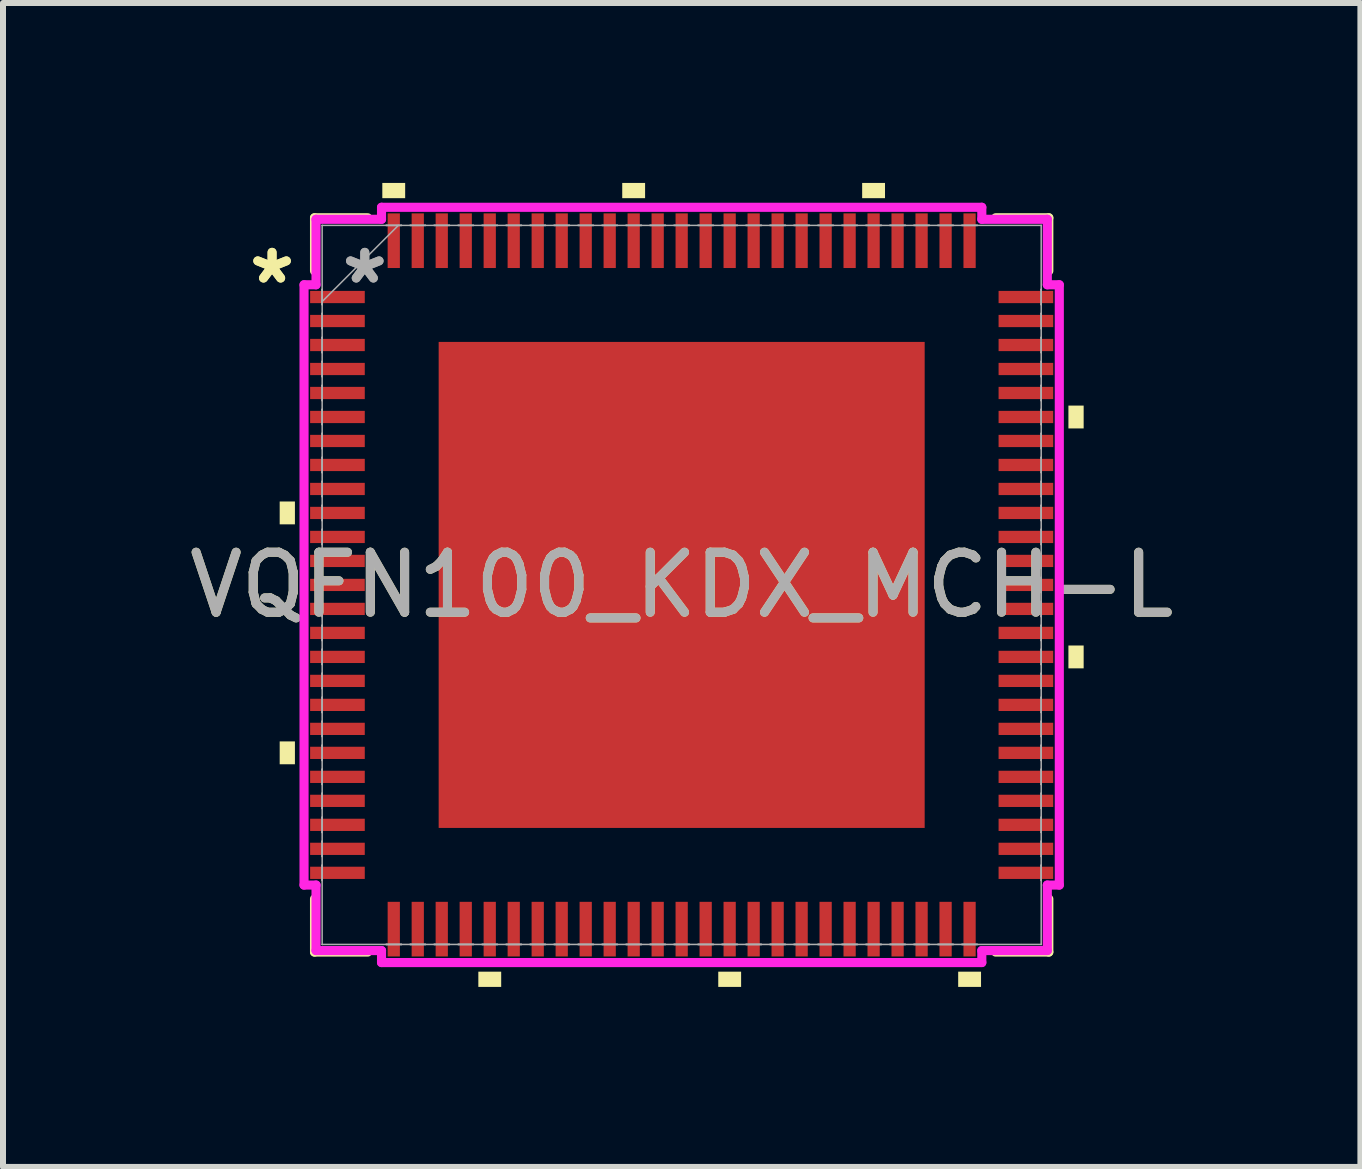
<source format=kicad_pcb>
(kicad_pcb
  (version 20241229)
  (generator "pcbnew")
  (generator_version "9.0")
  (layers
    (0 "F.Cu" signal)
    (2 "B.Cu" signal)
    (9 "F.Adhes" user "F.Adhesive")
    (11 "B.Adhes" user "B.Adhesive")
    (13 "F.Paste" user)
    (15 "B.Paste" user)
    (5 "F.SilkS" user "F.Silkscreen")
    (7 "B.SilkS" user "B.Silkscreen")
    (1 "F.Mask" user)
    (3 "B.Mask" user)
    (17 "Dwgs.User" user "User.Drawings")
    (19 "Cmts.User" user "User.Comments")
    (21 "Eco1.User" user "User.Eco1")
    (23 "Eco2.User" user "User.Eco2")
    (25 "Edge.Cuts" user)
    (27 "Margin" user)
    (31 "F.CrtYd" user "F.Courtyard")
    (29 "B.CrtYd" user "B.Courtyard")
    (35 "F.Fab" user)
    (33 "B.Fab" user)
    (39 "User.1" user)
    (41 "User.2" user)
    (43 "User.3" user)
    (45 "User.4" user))
  (footprint "VQFN100_KDX_MCH-L"
    (layer "F.Cu")
    (at 8.315 6.702)
    (property "Reference" "VQFN100_KDX_MCH-L" (at 0 0 0) (unlocked yes) (layer "F.SilkS") (effects (font (size 1 1) (thickness 0.15))))
    (attr smd)
    (fp_line (start -6.121 -6.121) (end -6.121 -5.235) (stroke (width 0.152) (type solid)) (layer "F.SilkS"))
    (fp_line (start -6.121 5.235) (end -6.121 6.121) (stroke (width 0.152) (type solid)) (layer "F.SilkS"))
    (fp_line (start -6.121 6.121) (end -5.235 6.121) (stroke (width 0.152) (type solid)) (layer "F.SilkS"))
    (fp_line (start -5.235 -6.121) (end -6.121 -6.121) (stroke (width 0.152) (type solid)) (layer "F.SilkS"))
    (fp_line (start 5.235 6.121) (end 6.121 6.121) (stroke (width 0.152) (type solid)) (layer "F.SilkS"))
    (fp_line (start 6.121 -6.121) (end 5.235 -6.121) (stroke (width 0.152) (type solid)) (layer "F.SilkS"))
    (fp_line (start 6.121 -5.235) (end 6.121 -6.121) (stroke (width 0.152) (type solid)) (layer "F.SilkS"))
    (fp_line (start 6.121 6.121) (end 6.121 5.235) (stroke (width 0.152) (type solid)) (layer "F.SilkS"))
    (fp_poly (pts (xy -6.702 -1.391) (xy -6.702 -1.01) (xy -6.448 -1.01) (xy -6.448 -1.391)) (stroke (width 0) (type solid)) (fill yes) (layer "F.SilkS"))
    (fp_poly (pts (xy -6.702 2.609) (xy -6.702 2.99) (xy -6.448 2.99) (xy -6.448 2.609)) (stroke (width 0) (type solid)) (fill yes) (layer "F.SilkS"))
    (fp_poly (pts (xy -4.991 -6.448) (xy -4.991 -6.702) (xy -4.61 -6.702) (xy -4.61 -6.448)) (stroke (width 0) (type solid)) (fill yes) (layer "F.SilkS"))
    (fp_poly (pts (xy -3.39 6.448) (xy -3.39 6.702) (xy -3.009 6.702) (xy -3.009 6.448)) (stroke (width 0) (type solid)) (fill yes) (layer "F.SilkS"))
    (fp_poly (pts (xy -0.991 -6.448) (xy -0.991 -6.702) (xy -0.61 -6.702) (xy -0.61 -6.448)) (stroke (width 0) (type solid)) (fill yes) (layer "F.SilkS"))
    (fp_poly (pts (xy 0.61 6.448) (xy 0.61 6.702) (xy 0.991 6.702) (xy 0.991 6.448)) (stroke (width 0) (type solid)) (fill yes) (layer "F.SilkS"))
    (fp_poly (pts (xy 3.009 -6.448) (xy 3.009 -6.702) (xy 3.39 -6.702) (xy 3.39 -6.448)) (stroke (width 0) (type solid)) (fill yes) (layer "F.SilkS"))
    (fp_poly (pts (xy 4.61 6.448) (xy 4.61 6.702) (xy 4.991 6.702) (xy 4.991 6.448)) (stroke (width 0) (type solid)) (fill yes) (layer "F.SilkS"))
    (fp_poly (pts (xy 6.702 -2.99) (xy 6.702 -2.609) (xy 6.448 -2.609) (xy 6.448 -2.99)) (stroke (width 0) (type solid)) (fill yes) (layer "F.SilkS"))
    (fp_poly (pts (xy 6.702 1.01) (xy 6.702 1.391) (xy 6.448 1.391) (xy 6.448 1.01)) (stroke (width 0) (type solid)) (fill yes) (layer "F.SilkS"))
    (fp_poly (pts (xy -3.951 -3.951) (xy -3.951 -2.801) (xy -2.801 -2.801) (xy -2.801 -3.951)) (stroke (width 0) (type solid)) (fill yes) (layer "F.Paste"))
    (fp_poly (pts (xy -3.951 -2.601) (xy -3.951 -1.45) (xy -2.801 -1.45) (xy -2.801 -2.601)) (stroke (width 0) (type solid)) (fill yes) (layer "F.Paste"))
    (fp_poly (pts (xy -3.951 -1.25) (xy -3.951 -0.1) (xy -2.801 -0.1) (xy -2.801 -1.25)) (stroke (width 0) (type solid)) (fill yes) (layer "F.Paste"))
    (fp_poly (pts (xy -3.951 0.1) (xy -3.951 1.25) (xy -2.801 1.25) (xy -2.801 0.1)) (stroke (width 0) (type solid)) (fill yes) (layer "F.Paste"))
    (fp_poly (pts (xy -3.951 1.45) (xy -3.951 2.601) (xy -2.801 2.601) (xy -2.801 1.45)) (stroke (width 0) (type solid)) (fill yes) (layer "F.Paste"))
    (fp_poly (pts (xy -3.951 2.801) (xy -3.951 3.951) (xy -2.801 3.951) (xy -2.801 2.801)) (stroke (width 0) (type solid)) (fill yes) (layer "F.Paste"))
    (fp_poly (pts (xy -2.601 -3.951) (xy -2.601 -2.801) (xy -1.45 -2.801) (xy -1.45 -3.951)) (stroke (width 0) (type solid)) (fill yes) (layer "F.Paste"))
    (fp_poly (pts (xy -2.601 -2.601) (xy -2.601 -1.45) (xy -1.45 -1.45) (xy -1.45 -2.601)) (stroke (width 0) (type solid)) (fill yes) (layer "F.Paste"))
    (fp_poly (pts (xy -2.601 -1.25) (xy -2.601 -0.1) (xy -1.45 -0.1) (xy -1.45 -1.25)) (stroke (width 0) (type solid)) (fill yes) (layer "F.Paste"))
    (fp_poly (pts (xy -2.601 0.1) (xy -2.601 1.25) (xy -1.45 1.25) (xy -1.45 0.1)) (stroke (width 0) (type solid)) (fill yes) (layer "F.Paste"))
    (fp_poly (pts (xy -2.601 1.45) (xy -2.601 2.601) (xy -1.45 2.601) (xy -1.45 1.45)) (stroke (width 0) (type solid)) (fill yes) (layer "F.Paste"))
    (fp_poly (pts (xy -2.601 2.801) (xy -2.601 3.951) (xy -1.45 3.951) (xy -1.45 2.801)) (stroke (width 0) (type solid)) (fill yes) (layer "F.Paste"))
    (fp_poly (pts (xy -1.25 -3.951) (xy -1.25 -2.801) (xy -0.1 -2.801) (xy -0.1 -3.951)) (stroke (width 0) (type solid)) (fill yes) (layer "F.Paste"))
    (fp_poly (pts (xy -1.25 -2.601) (xy -1.25 -1.45) (xy -0.1 -1.45) (xy -0.1 -2.601)) (stroke (width 0) (type solid)) (fill yes) (layer "F.Paste"))
    (fp_poly (pts (xy -1.25 -1.25) (xy -1.25 -0.1) (xy -0.1 -0.1) (xy -0.1 -1.25)) (stroke (width 0) (type solid)) (fill yes) (layer "F.Paste"))
    (fp_poly (pts (xy -1.25 0.1) (xy -1.25 1.25) (xy -0.1 1.25) (xy -0.1 0.1)) (stroke (width 0) (type solid)) (fill yes) (layer "F.Paste"))
    (fp_poly (pts (xy -1.25 1.45) (xy -1.25 2.601) (xy -0.1 2.601) (xy -0.1 1.45)) (stroke (width 0) (type solid)) (fill yes) (layer "F.Paste"))
    (fp_poly (pts (xy -1.25 2.801) (xy -1.25 3.951) (xy -0.1 3.951) (xy -0.1 2.801)) (stroke (width 0) (type solid)) (fill yes) (layer "F.Paste"))
    (fp_poly (pts (xy 0.1 -3.951) (xy 0.1 -2.801) (xy 1.25 -2.801) (xy 1.25 -3.951)) (stroke (width 0) (type solid)) (fill yes) (layer "F.Paste"))
    (fp_poly (pts (xy 0.1 -2.601) (xy 0.1 -1.45) (xy 1.25 -1.45) (xy 1.25 -2.601)) (stroke (width 0) (type solid)) (fill yes) (layer "F.Paste"))
    (fp_poly (pts (xy 0.1 -1.25) (xy 0.1 -0.1) (xy 1.25 -0.1) (xy 1.25 -1.25)) (stroke (width 0) (type solid)) (fill yes) (layer "F.Paste"))
    (fp_poly (pts (xy 0.1 0.1) (xy 0.1 1.25) (xy 1.25 1.25) (xy 1.25 0.1)) (stroke (width 0) (type solid)) (fill yes) (layer "F.Paste"))
    (fp_poly (pts (xy 0.1 1.45) (xy 0.1 2.601) (xy 1.25 2.601) (xy 1.25 1.45)) (stroke (width 0) (type solid)) (fill yes) (layer "F.Paste"))
    (fp_poly (pts (xy 0.1 2.801) (xy 0.1 3.951) (xy 1.25 3.951) (xy 1.25 2.801)) (stroke (width 0) (type solid)) (fill yes) (layer "F.Paste"))
    (fp_poly (pts (xy 1.45 -3.951) (xy 1.45 -2.801) (xy 2.601 -2.801) (xy 2.601 -3.951)) (stroke (width 0) (type solid)) (fill yes) (layer "F.Paste"))
    (fp_poly (pts (xy 1.45 -2.601) (xy 1.45 -1.45) (xy 2.601 -1.45) (xy 2.601 -2.601)) (stroke (width 0) (type solid)) (fill yes) (layer "F.Paste"))
    (fp_poly (pts (xy 1.45 -1.25) (xy 1.45 -0.1) (xy 2.601 -0.1) (xy 2.601 -1.25)) (stroke (width 0) (type solid)) (fill yes) (layer "F.Paste"))
    (fp_poly (pts (xy 1.45 0.1) (xy 1.45 1.25) (xy 2.601 1.25) (xy 2.601 0.1)) (stroke (width 0) (type solid)) (fill yes) (layer "F.Paste"))
    (fp_poly (pts (xy 1.45 1.45) (xy 1.45 2.601) (xy 2.601 2.601) (xy 2.601 1.45)) (stroke (width 0) (type solid)) (fill yes) (layer "F.Paste"))
    (fp_poly (pts (xy 1.45 2.801) (xy 1.45 3.951) (xy 2.601 3.951) (xy 2.601 2.801)) (stroke (width 0) (type solid)) (fill yes) (layer "F.Paste"))
    (fp_poly (pts (xy 2.801 -3.951) (xy 2.801 -2.801) (xy 3.951 -2.801) (xy 3.951 -3.951)) (stroke (width 0) (type solid)) (fill yes) (layer "F.Paste"))
    (fp_poly (pts (xy 2.801 -2.601) (xy 2.801 -1.45) (xy 3.951 -1.45) (xy 3.951 -2.601)) (stroke (width 0) (type solid)) (fill yes) (layer "F.Paste"))
    (fp_poly (pts (xy 2.801 -1.25) (xy 2.801 -0.1) (xy 3.951 -0.1) (xy 3.951 -1.25)) (stroke (width 0) (type solid)) (fill yes) (layer "F.Paste"))
    (fp_poly (pts (xy 2.801 0.1) (xy 2.801 1.25) (xy 3.951 1.25) (xy 3.951 0.1)) (stroke (width 0) (type solid)) (fill yes) (layer "F.Paste"))
    (fp_poly (pts (xy 2.801 1.45) (xy 2.801 2.601) (xy 3.951 2.601) (xy 3.951 1.45)) (stroke (width 0) (type solid)) (fill yes) (layer "F.Paste"))
    (fp_poly (pts (xy 2.801 2.801) (xy 2.801 3.951) (xy 3.951 3.951) (xy 3.951 2.801)) (stroke (width 0) (type solid)) (fill yes) (layer "F.Paste"))
    (fp_line (start -6.296 -5.004) (end -6.096 -5.004) (stroke (width 0.152) (type solid)) (layer "F.CrtYd"))
    (fp_line (start -6.296 5.004) (end -6.296 -5.004) (stroke (width 0.152) (type solid)) (layer "F.CrtYd"))
    (fp_line (start -6.096 -6.096) (end -5.004 -6.096) (stroke (width 0.152) (type solid)) (layer "F.CrtYd"))
    (fp_line (start -6.096 -5.004) (end -6.096 -6.096) (stroke (width 0.152) (type solid)) (layer "F.CrtYd"))
    (fp_line (start -6.096 5.004) (end -6.296 5.004) (stroke (width 0.152) (type solid)) (layer "F.CrtYd"))
    (fp_line (start -6.096 6.096) (end -6.096 5.004) (stroke (width 0.152) (type solid)) (layer "F.CrtYd"))
    (fp_line (start -5.004 -6.296) (end 5.004 -6.296) (stroke (width 0.152) (type solid)) (layer "F.CrtYd"))
    (fp_line (start -5.004 -6.096) (end -5.004 -6.296) (stroke (width 0.152) (type solid)) (layer "F.CrtYd"))
    (fp_line (start -5.004 6.096) (end -6.096 6.096) (stroke (width 0.152) (type solid)) (layer "F.CrtYd"))
    (fp_line (start -5.004 6.296) (end -5.004 6.096) (stroke (width 0.152) (type solid)) (layer "F.CrtYd"))
    (fp_line (start 5.004 -6.296) (end 5.004 -6.096) (stroke (width 0.152) (type solid)) (layer "F.CrtYd"))
    (fp_line (start 5.004 -6.096) (end 6.096 -6.096) (stroke (width 0.152) (type solid)) (layer "F.CrtYd"))
    (fp_line (start 5.004 6.096) (end 5.004 6.296) (stroke (width 0.152) (type solid)) (layer "F.CrtYd"))
    (fp_line (start 5.004 6.296) (end -5.004 6.296) (stroke (width 0.152) (type solid)) (layer "F.CrtYd"))
    (fp_line (start 6.096 -6.096) (end 6.096 -5.004) (stroke (width 0.152) (type solid)) (layer "F.CrtYd"))
    (fp_line (start 6.096 -5.004) (end 6.296 -5.004) (stroke (width 0.152) (type solid)) (layer "F.CrtYd"))
    (fp_line (start 6.096 5.004) (end 6.096 6.096) (stroke (width 0.152) (type solid)) (layer "F.CrtYd"))
    (fp_line (start 6.096 6.096) (end 5.004 6.096) (stroke (width 0.152) (type solid)) (layer "F.CrtYd"))
    (fp_line (start 6.296 -5.004) (end 6.296 5.004) (stroke (width 0.152) (type solid)) (layer "F.CrtYd"))
    (fp_line (start 6.296 5.004) (end 6.096 5.004) (stroke (width 0.152) (type solid)) (layer "F.CrtYd"))
    (fp_line (start -5.994 -5.994) (end -5.994 -5.994) (stroke (width 0.025) (type solid)) (layer "F.Fab"))
    (fp_line (start -5.994 -5.994) (end -5.994 5.994) (stroke (width 0.025) (type solid)) (layer "F.Fab"))
    (fp_line (start -5.994 -4.927) (end -5.994 -4.927) (stroke (width 0.025) (type solid)) (layer "F.Fab"))
    (fp_line (start -5.994 -4.927) (end -5.994 -4.673) (stroke (width 0.025) (type solid)) (layer "F.Fab"))
    (fp_line (start -5.994 -4.724) (end -4.724 -5.994) (stroke (width 0.025) (type solid)) (layer "F.Fab"))
    (fp_line (start -5.994 -4.673) (end -5.994 -4.927) (stroke (width 0.025) (type solid)) (layer "F.Fab"))
    (fp_line (start -5.994 -4.673) (end -5.994 -4.673) (stroke (width 0.025) (type solid)) (layer "F.Fab"))
    (fp_line (start -5.994 -4.527) (end -5.994 -4.527) (stroke (width 0.025) (type solid)) (layer "F.Fab"))
    (fp_line (start -5.994 -4.527) (end -5.994 -4.273) (stroke (width 0.025) (type solid)) (layer "F.Fab"))
    (fp_line (start -5.994 -4.273) (end -5.994 -4.527) (stroke (width 0.025) (type solid)) (layer "F.Fab"))
    (fp_line (start -5.994 -4.273) (end -5.994 -4.273) (stroke (width 0.025) (type solid)) (layer "F.Fab"))
    (fp_line (start -5.994 -4.127) (end -5.994 -4.127) (stroke (width 0.025) (type solid)) (layer "F.Fab"))
    (fp_line (start -5.994 -4.127) (end -5.994 -3.873) (stroke (width 0.025) (type solid)) (layer "F.Fab"))
    (fp_line (start -5.994 -3.873) (end -5.994 -4.127) (stroke (width 0.025) (type solid)) (layer "F.Fab"))
    (fp_line (start -5.994 -3.873) (end -5.994 -3.873) (stroke (width 0.025) (type solid)) (layer "F.Fab"))
    (fp_line (start -5.994 -3.727) (end -5.994 -3.727) (stroke (width 0.025) (type solid)) (layer "F.Fab"))
    (fp_line (start -5.994 -3.727) (end -5.994 -3.473) (stroke (width 0.025) (type solid)) (layer "F.Fab"))
    (fp_line (start -5.994 -3.473) (end -5.994 -3.727) (stroke (width 0.025) (type solid)) (layer "F.Fab"))
    (fp_line (start -5.994 -3.473) (end -5.994 -3.473) (stroke (width 0.025) (type solid)) (layer "F.Fab"))
    (fp_line (start -5.994 -3.327) (end -5.994 -3.327) (stroke (width 0.025) (type solid)) (layer "F.Fab"))
    (fp_line (start -5.994 -3.327) (end -5.994 -3.073) (stroke (width 0.025) (type solid)) (layer "F.Fab"))
    (fp_line (start -5.994 -3.073) (end -5.994 -3.327) (stroke (width 0.025) (type solid)) (layer "F.Fab"))
    (fp_line (start -5.994 -3.073) (end -5.994 -3.073) (stroke (width 0.025) (type solid)) (layer "F.Fab"))
    (fp_line (start -5.994 -2.927) (end -5.994 -2.927) (stroke (width 0.025) (type solid)) (layer "F.Fab"))
    (fp_line (start -5.994 -2.927) (end -5.994 -2.673) (stroke (width 0.025) (type solid)) (layer "F.Fab"))
    (fp_line (start -5.994 -2.673) (end -5.994 -2.927) (stroke (width 0.025) (type solid)) (layer "F.Fab"))
    (fp_line (start -5.994 -2.673) (end -5.994 -2.673) (stroke (width 0.025) (type solid)) (layer "F.Fab"))
    (fp_line (start -5.994 -2.527) (end -5.994 -2.527) (stroke (width 0.025) (type solid)) (layer "F.Fab"))
    (fp_line (start -5.994 -2.527) (end -5.994 -2.273) (stroke (width 0.025) (type solid)) (layer "F.Fab"))
    (fp_line (start -5.994 -2.273) (end -5.994 -2.527) (stroke (width 0.025) (type solid)) (layer "F.Fab"))
    (fp_line (start -5.994 -2.273) (end -5.994 -2.273) (stroke (width 0.025) (type solid)) (layer "F.Fab"))
    (fp_line (start -5.994 -2.127) (end -5.994 -2.127) (stroke (width 0.025) (type solid)) (layer "F.Fab"))
    (fp_line (start -5.994 -2.127) (end -5.994 -1.873) (stroke (width 0.025) (type solid)) (layer "F.Fab"))
    (fp_line (start -5.994 -1.873) (end -5.994 -2.127) (stroke (width 0.025) (type solid)) (layer "F.Fab"))
    (fp_line (start -5.994 -1.873) (end -5.994 -1.873) (stroke (width 0.025) (type solid)) (layer "F.Fab"))
    (fp_line (start -5.994 -1.727) (end -5.994 -1.727) (stroke (width 0.025) (type solid)) (layer "F.Fab"))
    (fp_line (start -5.994 -1.727) (end -5.994 -1.473) (stroke (width 0.025) (type solid)) (layer "F.Fab"))
    (fp_line (start -5.994 -1.473) (end -5.994 -1.727) (stroke (width 0.025) (type solid)) (layer "F.Fab"))
    (fp_line (start -5.994 -1.473) (end -5.994 -1.473) (stroke (width 0.025) (type solid)) (layer "F.Fab"))
    (fp_line (start -5.994 -1.327) (end -5.994 -1.327) (stroke (width 0.025) (type solid)) (layer "F.Fab"))
    (fp_line (start -5.994 -1.327) (end -5.994 -1.073) (stroke (width 0.025) (type solid)) (layer "F.Fab"))
    (fp_line (start -5.994 -1.073) (end -5.994 -1.327) (stroke (width 0.025) (type solid)) (layer "F.Fab"))
    (fp_line (start -5.994 -1.073) (end -5.994 -1.073) (stroke (width 0.025) (type solid)) (layer "F.Fab"))
    (fp_line (start -5.994 -0.927) (end -5.994 -0.927) (stroke (width 0.025) (type solid)) (layer "F.Fab"))
    (fp_line (start -5.994 -0.927) (end -5.994 -0.673) (stroke (width 0.025) (type solid)) (layer "F.Fab"))
    (fp_line (start -5.994 -0.673) (end -5.994 -0.927) (stroke (width 0.025) (type solid)) (layer "F.Fab"))
    (fp_line (start -5.994 -0.673) (end -5.994 -0.673) (stroke (width 0.025) (type solid)) (layer "F.Fab"))
    (fp_line (start -5.994 -0.527) (end -5.994 -0.527) (stroke (width 0.025) (type solid)) (layer "F.Fab"))
    (fp_line (start -5.994 -0.527) (end -5.994 -0.273) (stroke (width 0.025) (type solid)) (layer "F.Fab"))
    (fp_line (start -5.994 -0.273) (end -5.994 -0.527) (stroke (width 0.025) (type solid)) (layer "F.Fab"))
    (fp_line (start -5.994 -0.273) (end -5.994 -0.273) (stroke (width 0.025) (type solid)) (layer "F.Fab"))
    (fp_line (start -5.994 -0.127) (end -5.994 -0.127) (stroke (width 0.025) (type solid)) (layer "F.Fab"))
    (fp_line (start -5.994 -0.127) (end -5.994 0.127) (stroke (width 0.025) (type solid)) (layer "F.Fab"))
    (fp_line (start -5.994 0.127) (end -5.994 -0.127) (stroke (width 0.025) (type solid)) (layer "F.Fab"))
    (fp_line (start -5.994 0.127) (end -5.994 0.127) (stroke (width 0.025) (type solid)) (layer "F.Fab"))
    (fp_line (start -5.994 0.273) (end -5.994 0.273) (stroke (width 0.025) (type solid)) (layer "F.Fab"))
    (fp_line (start -5.994 0.273) (end -5.994 0.527) (stroke (width 0.025) (type solid)) (layer "F.Fab"))
    (fp_line (start -5.994 0.527) (end -5.994 0.273) (stroke (width 0.025) (type solid)) (layer "F.Fab"))
    (fp_line (start -5.994 0.527) (end -5.994 0.527) (stroke (width 0.025) (type solid)) (layer "F.Fab"))
    (fp_line (start -5.994 0.673) (end -5.994 0.673) (stroke (width 0.025) (type solid)) (layer "F.Fab"))
    (fp_line (start -5.994 0.673) (end -5.994 0.927) (stroke (width 0.025) (type solid)) (layer "F.Fab"))
    (fp_line (start -5.994 0.927) (end -5.994 0.673) (stroke (width 0.025) (type solid)) (layer "F.Fab"))
    (fp_line (start -5.994 0.927) (end -5.994 0.927) (stroke (width 0.025) (type solid)) (layer "F.Fab"))
    (fp_line (start -5.994 1.073) (end -5.994 1.073) (stroke (width 0.025) (type solid)) (layer "F.Fab"))
    (fp_line (start -5.994 1.073) (end -5.994 1.327) (stroke (width 0.025) (type solid)) (layer "F.Fab"))
    (fp_line (start -5.994 1.327) (end -5.994 1.073) (stroke (width 0.025) (type solid)) (layer "F.Fab"))
    (fp_line (start -5.994 1.327) (end -5.994 1.327) (stroke (width 0.025) (type solid)) (layer "F.Fab"))
    (fp_line (start -5.994 1.473) (end -5.994 1.473) (stroke (width 0.025) (type solid)) (layer "F.Fab"))
    (fp_line (start -5.994 1.473) (end -5.994 1.727) (stroke (width 0.025) (type solid)) (layer "F.Fab"))
    (fp_line (start -5.994 1.727) (end -5.994 1.473) (stroke (width 0.025) (type solid)) (layer "F.Fab"))
    (fp_line (start -5.994 1.727) (end -5.994 1.727) (stroke (width 0.025) (type solid)) (layer "F.Fab"))
    (fp_line (start -5.994 1.873) (end -5.994 1.873) (stroke (width 0.025) (type solid)) (layer "F.Fab"))
    (fp_line (start -5.994 1.873) (end -5.994 2.127) (stroke (width 0.025) (type solid)) (layer "F.Fab"))
    (fp_line (start -5.994 2.127) (end -5.994 1.873) (stroke (width 0.025) (type solid)) (layer "F.Fab"))
    (fp_line (start -5.994 2.127) (end -5.994 2.127) (stroke (width 0.025) (type solid)) (layer "F.Fab"))
    (fp_line (start -5.994 2.273) (end -5.994 2.273) (stroke (width 0.025) (type solid)) (layer "F.Fab"))
    (fp_line (start -5.994 2.273) (end -5.994 2.527) (stroke (width 0.025) (type solid)) (layer "F.Fab"))
    (fp_line (start -5.994 2.527) (end -5.994 2.273) (stroke (width 0.025) (type solid)) (layer "F.Fab"))
    (fp_line (start -5.994 2.527) (end -5.994 2.527) (stroke (width 0.025) (type solid)) (layer "F.Fab"))
    (fp_line (start -5.994 2.673) (end -5.994 2.673) (stroke (width 0.025) (type solid)) (layer "F.Fab"))
    (fp_line (start -5.994 2.673) (end -5.994 2.927) (stroke (width 0.025) (type solid)) (layer "F.Fab"))
    (fp_line (start -5.994 2.927) (end -5.994 2.673) (stroke (width 0.025) (type solid)) (layer "F.Fab"))
    (fp_line (start -5.994 2.927) (end -5.994 2.927) (stroke (width 0.025) (type solid)) (layer "F.Fab"))
    (fp_line (start -5.994 3.073) (end -5.994 3.073) (stroke (width 0.025) (type solid)) (layer "F.Fab"))
    (fp_line (start -5.994 3.073) (end -5.994 3.327) (stroke (width 0.025) (type solid)) (layer "F.Fab"))
    (fp_line (start -5.994 3.327) (end -5.994 3.073) (stroke (width 0.025) (type solid)) (layer "F.Fab"))
    (fp_line (start -5.994 3.327) (end -5.994 3.327) (stroke (width 0.025) (type solid)) (layer "F.Fab"))
    (fp_line (start -5.994 3.473) (end -5.994 3.473) (stroke (width 0.025) (type solid)) (layer "F.Fab"))
    (fp_line (start -5.994 3.473) (end -5.994 3.727) (stroke (width 0.025) (type solid)) (layer "F.Fab"))
    (fp_line (start -5.994 3.727) (end -5.994 3.473) (stroke (width 0.025) (type solid)) (layer "F.Fab"))
    (fp_line (start -5.994 3.727) (end -5.994 3.727) (stroke (width 0.025) (type solid)) (layer "F.Fab"))
    (fp_line (start -5.994 3.873) (end -5.994 3.873) (stroke (width 0.025) (type solid)) (layer "F.Fab"))
    (fp_line (start -5.994 3.873) (end -5.994 4.127) (stroke (width 0.025) (type solid)) (layer "F.Fab"))
    (fp_line (start -5.994 4.127) (end -5.994 3.873) (stroke (width 0.025) (type solid)) (layer "F.Fab"))
    (fp_line (start -5.994 4.127) (end -5.994 4.127) (stroke (width 0.025) (type solid)) (layer "F.Fab"))
    (fp_line (start -5.994 4.273) (end -5.994 4.273) (stroke (width 0.025) (type solid)) (layer "F.Fab"))
    (fp_line (start -5.994 4.273) (end -5.994 4.527) (stroke (width 0.025) (type solid)) (layer "F.Fab"))
    (fp_line (start -5.994 4.527) (end -5.994 4.273) (stroke (width 0.025) (type solid)) (layer "F.Fab"))
    (fp_line (start -5.994 4.527) (end -5.994 4.527) (stroke (width 0.025) (type solid)) (layer "F.Fab"))
    (fp_line (start -5.994 4.673) (end -5.994 4.673) (stroke (width 0.025) (type solid)) (layer "F.Fab"))
    (fp_line (start -5.994 4.673) (end -5.994 4.927) (stroke (width 0.025) (type solid)) (layer "F.Fab"))
    (fp_line (start -5.994 4.927) (end -5.994 4.673) (stroke (width 0.025) (type solid)) (layer "F.Fab"))
    (fp_line (start -5.994 4.927) (end -5.994 4.927) (stroke (width 0.025) (type solid)) (layer "F.Fab"))
    (fp_line (start -5.994 5.994) (end -5.994 5.994) (stroke (width 0.025) (type solid)) (layer "F.Fab"))
    (fp_line (start -5.994 5.994) (end 5.994 5.994) (stroke (width 0.025) (type solid)) (layer "F.Fab"))
    (fp_line (start -4.927 5.994) (end -4.927 5.994) (stroke (width 0.025) (type solid)) (layer "F.Fab"))
    (fp_line (start -4.927 5.994) (end -4.673 5.994) (stroke (width 0.025) (type solid)) (layer "F.Fab"))
    (fp_line (start -4.927 -5.994) (end -4.927 -5.994) (stroke (width 0.025) (type solid)) (layer "F.Fab"))
    (fp_line (start -4.927 -5.994) (end -4.673 -5.994) (stroke (width 0.025) (type solid)) (layer "F.Fab"))
    (fp_line (start -4.673 5.994) (end -4.927 5.994) (stroke (width 0.025) (type solid)) (layer "F.Fab"))
    (fp_line (start -4.673 5.994) (end -4.673 5.994) (stroke (width 0.025) (type solid)) (layer "F.Fab"))
    (fp_line (start -4.673 -5.994) (end -4.927 -5.994) (stroke (width 0.025) (type solid)) (layer "F.Fab"))
    (fp_line (start -4.673 -5.994) (end -4.673 -5.994) (stroke (width 0.025) (type solid)) (layer "F.Fab"))
    (fp_line (start -4.527 5.994) (end -4.527 5.994) (stroke (width 0.025) (type solid)) (layer "F.Fab"))
    (fp_line (start -4.527 5.994) (end -4.273 5.994) (stroke (width 0.025) (type solid)) (layer "F.Fab"))
    (fp_line (start -4.527 -5.994) (end -4.527 -5.994) (stroke (width 0.025) (type solid)) (layer "F.Fab"))
    (fp_line (start -4.527 -5.994) (end -4.273 -5.994) (stroke (width 0.025) (type solid)) (layer "F.Fab"))
    (fp_line (start -4.273 5.994) (end -4.527 5.994) (stroke (width 0.025) (type solid)) (layer "F.Fab"))
    (fp_line (start -4.273 5.994) (end -4.273 5.994) (stroke (width 0.025) (type solid)) (layer "F.Fab"))
    (fp_line (start -4.273 -5.994) (end -4.527 -5.994) (stroke (width 0.025) (type solid)) (layer "F.Fab"))
    (fp_line (start -4.273 -5.994) (end -4.273 -5.994) (stroke (width 0.025) (type solid)) (layer "F.Fab"))
    (fp_line (start -4.127 5.994) (end -4.127 5.994) (stroke (width 0.025) (type solid)) (layer "F.Fab"))
    (fp_line (start -4.127 5.994) (end -3.873 5.994) (stroke (width 0.025) (type solid)) (layer "F.Fab"))
    (fp_line (start -4.127 -5.994) (end -4.127 -5.994) (stroke (width 0.025) (type solid)) (layer "F.Fab"))
    (fp_line (start -4.127 -5.994) (end -3.873 -5.994) (stroke (width 0.025) (type solid)) (layer "F.Fab"))
    (fp_line (start -3.873 5.994) (end -4.127 5.994) (stroke (width 0.025) (type solid)) (layer "F.Fab"))
    (fp_line (start -3.873 5.994) (end -3.873 5.994) (stroke (width 0.025) (type solid)) (layer "F.Fab"))
    (fp_line (start -3.873 -5.994) (end -4.127 -5.994) (stroke (width 0.025) (type solid)) (layer "F.Fab"))
    (fp_line (start -3.873 -5.994) (end -3.873 -5.994) (stroke (width 0.025) (type solid)) (layer "F.Fab"))
    (fp_line (start -3.727 5.994) (end -3.727 5.994) (stroke (width 0.025) (type solid)) (layer "F.Fab"))
    (fp_line (start -3.727 5.994) (end -3.473 5.994) (stroke (width 0.025) (type solid)) (layer "F.Fab"))
    (fp_line (start -3.727 -5.994) (end -3.727 -5.994) (stroke (width 0.025) (type solid)) (layer "F.Fab"))
    (fp_line (start -3.727 -5.994) (end -3.473 -5.994) (stroke (width 0.025) (type solid)) (layer "F.Fab"))
    (fp_line (start -3.473 5.994) (end -3.727 5.994) (stroke (width 0.025) (type solid)) (layer "F.Fab"))
    (fp_line (start -3.473 5.994) (end -3.473 5.994) (stroke (width 0.025) (type solid)) (layer "F.Fab"))
    (fp_line (start -3.473 -5.994) (end -3.727 -5.994) (stroke (width 0.025) (type solid)) (layer "F.Fab"))
    (fp_line (start -3.473 -5.994) (end -3.473 -5.994) (stroke (width 0.025) (type solid)) (layer "F.Fab"))
    (fp_line (start -3.327 5.994) (end -3.327 5.994) (stroke (width 0.025) (type solid)) (layer "F.Fab"))
    (fp_line (start -3.327 5.994) (end -3.073 5.994) (stroke (width 0.025) (type solid)) (layer "F.Fab"))
    (fp_line (start -3.327 -5.994) (end -3.327 -5.994) (stroke (width 0.025) (type solid)) (layer "F.Fab"))
    (fp_line (start -3.327 -5.994) (end -3.073 -5.994) (stroke (width 0.025) (type solid)) (layer "F.Fab"))
    (fp_line (start -3.073 5.994) (end -3.327 5.994) (stroke (width 0.025) (type solid)) (layer "F.Fab"))
    (fp_line (start -3.073 5.994) (end -3.073 5.994) (stroke (width 0.025) (type solid)) (layer "F.Fab"))
    (fp_line (start -3.073 -5.994) (end -3.327 -5.994) (stroke (width 0.025) (type solid)) (layer "F.Fab"))
    (fp_line (start -3.073 -5.994) (end -3.073 -5.994) (stroke (width 0.025) (type solid)) (layer "F.Fab"))
    (fp_line (start -2.927 5.994) (end -2.927 5.994) (stroke (width 0.025) (type solid)) (layer "F.Fab"))
    (fp_line (start -2.927 5.994) (end -2.673 5.994) (stroke (width 0.025) (type solid)) (layer "F.Fab"))
    (fp_line (start -2.927 -5.994) (end -2.927 -5.994) (stroke (width 0.025) (type solid)) (layer "F.Fab"))
    (fp_line (start -2.927 -5.994) (end -2.673 -5.994) (stroke (width 0.025) (type solid)) (layer "F.Fab"))
    (fp_line (start -2.673 5.994) (end -2.927 5.994) (stroke (width 0.025) (type solid)) (layer "F.Fab"))
    (fp_line (start -2.673 5.994) (end -2.673 5.994) (stroke (width 0.025) (type solid)) (layer "F.Fab"))
    (fp_line (start -2.673 -5.994) (end -2.927 -5.994) (stroke (width 0.025) (type solid)) (layer "F.Fab"))
    (fp_line (start -2.673 -5.994) (end -2.673 -5.994) (stroke (width 0.025) (type solid)) (layer "F.Fab"))
    (fp_line (start -2.527 -5.994) (end -2.527 -5.994) (stroke (width 0.025) (type solid)) (layer "F.Fab"))
    (fp_line (start -2.527 -5.994) (end -2.273 -5.994) (stroke (width 0.025) (type solid)) (layer "F.Fab"))
    (fp_line (start -2.527 5.994) (end -2.527 5.994) (stroke (width 0.025) (type solid)) (layer "F.Fab"))
    (fp_line (start -2.527 5.994) (end -2.273 5.994) (stroke (width 0.025) (type solid)) (layer "F.Fab"))
    (fp_line (start -2.273 -5.994) (end -2.527 -5.994) (stroke (width 0.025) (type solid)) (layer "F.Fab"))
    (fp_line (start -2.273 -5.994) (end -2.273 -5.994) (stroke (width 0.025) (type solid)) (layer "F.Fab"))
    (fp_line (start -2.273 5.994) (end -2.527 5.994) (stroke (width 0.025) (type solid)) (layer "F.Fab"))
    (fp_line (start -2.273 5.994) (end -2.273 5.994) (stroke (width 0.025) (type solid)) (layer "F.Fab"))
    (fp_line (start -2.127 -5.994) (end -2.127 -5.994) (stroke (width 0.025) (type solid)) (layer "F.Fab"))
    (fp_line (start -2.127 -5.994) (end -1.873 -5.994) (stroke (width 0.025) (type solid)) (layer "F.Fab"))
    (fp_line (start -2.127 5.994) (end -2.127 5.994) (stroke (width 0.025) (type solid)) (layer "F.Fab"))
    (fp_line (start -2.127 5.994) (end -1.873 5.994) (stroke (width 0.025) (type solid)) (layer "F.Fab"))
    (fp_line (start -1.873 -5.994) (end -2.127 -5.994) (stroke (width 0.025) (type solid)) (layer "F.Fab"))
    (fp_line (start -1.873 -5.994) (end -1.873 -5.994) (stroke (width 0.025) (type solid)) (layer "F.Fab"))
    (fp_line (start -1.873 5.994) (end -2.127 5.994) (stroke (width 0.025) (type solid)) (layer "F.Fab"))
    (fp_line (start -1.873 5.994) (end -1.873 5.994) (stroke (width 0.025) (type solid)) (layer "F.Fab"))
    (fp_line (start -1.727 -5.994) (end -1.727 -5.994) (stroke (width 0.025) (type solid)) (layer "F.Fab"))
    (fp_line (start -1.727 -5.994) (end -1.473 -5.994) (stroke (width 0.025) (type solid)) (layer "F.Fab"))
    (fp_line (start -1.727 5.994) (end -1.727 5.994) (stroke (width 0.025) (type solid)) (layer "F.Fab"))
    (fp_line (start -1.727 5.994) (end -1.473 5.994) (stroke (width 0.025) (type solid)) (layer "F.Fab"))
    (fp_line (start -1.473 -5.994) (end -1.727 -5.994) (stroke (width 0.025) (type solid)) (layer "F.Fab"))
    (fp_line (start -1.473 -5.994) (end -1.473 -5.994) (stroke (width 0.025) (type solid)) (layer "F.Fab"))
    (fp_line (start -1.473 5.994) (end -1.727 5.994) (stroke (width 0.025) (type solid)) (layer "F.Fab"))
    (fp_line (start -1.473 5.994) (end -1.473 5.994) (stroke (width 0.025) (type solid)) (layer "F.Fab"))
    (fp_line (start -1.327 -5.994) (end -1.327 -5.994) (stroke (width 0.025) (type solid)) (layer "F.Fab"))
    (fp_line (start -1.327 -5.994) (end -1.073 -5.994) (stroke (width 0.025) (type solid)) (layer "F.Fab"))
    (fp_line (start -1.327 5.994) (end -1.327 5.994) (stroke (width 0.025) (type solid)) (layer "F.Fab"))
    (fp_line (start -1.327 5.994) (end -1.073 5.994) (stroke (width 0.025) (type solid)) (layer "F.Fab"))
    (fp_line (start -1.073 -5.994) (end -1.327 -5.994) (stroke (width 0.025) (type solid)) (layer "F.Fab"))
    (fp_line (start -1.073 -5.994) (end -1.073 -5.994) (stroke (width 0.025) (type solid)) (layer "F.Fab"))
    (fp_line (start -1.073 5.994) (end -1.327 5.994) (stroke (width 0.025) (type solid)) (layer "F.Fab"))
    (fp_line (start -1.073 5.994) (end -1.073 5.994) (stroke (width 0.025) (type solid)) (layer "F.Fab"))
    (fp_line (start -0.927 -5.994) (end -0.927 -5.994) (stroke (width 0.025) (type solid)) (layer "F.Fab"))
    (fp_line (start -0.927 -5.994) (end -0.673 -5.994) (stroke (width 0.025) (type solid)) (layer "F.Fab"))
    (fp_line (start -0.927 5.994) (end -0.927 5.994) (stroke (width 0.025) (type solid)) (layer "F.Fab"))
    (fp_line (start -0.927 5.994) (end -0.673 5.994) (stroke (width 0.025) (type solid)) (layer "F.Fab"))
    (fp_line (start -0.673 -5.994) (end -0.927 -5.994) (stroke (width 0.025) (type solid)) (layer "F.Fab"))
    (fp_line (start -0.673 -5.994) (end -0.673 -5.994) (stroke (width 0.025) (type solid)) (layer "F.Fab"))
    (fp_line (start -0.673 5.994) (end -0.927 5.994) (stroke (width 0.025) (type solid)) (layer "F.Fab"))
    (fp_line (start -0.673 5.994) (end -0.673 5.994) (stroke (width 0.025) (type solid)) (layer "F.Fab"))
    (fp_line (start -0.527 -5.994) (end -0.527 -5.994) (stroke (width 0.025) (type solid)) (layer "F.Fab"))
    (fp_line (start -0.527 -5.994) (end -0.273 -5.994) (stroke (width 0.025) (type solid)) (layer "F.Fab"))
    (fp_line (start -0.527 5.994) (end -0.527 5.994) (stroke (width 0.025) (type solid)) (layer "F.Fab"))
    (fp_line (start -0.527 5.994) (end -0.273 5.994) (stroke (width 0.025) (type solid)) (layer "F.Fab"))
    (fp_line (start -0.273 -5.994) (end -0.527 -5.994) (stroke (width 0.025) (type solid)) (layer "F.Fab"))
    (fp_line (start -0.273 -5.994) (end -0.273 -5.994) (stroke (width 0.025) (type solid)) (layer "F.Fab"))
    (fp_line (start -0.273 5.994) (end -0.527 5.994) (stroke (width 0.025) (type solid)) (layer "F.Fab"))
    (fp_line (start -0.273 5.994) (end -0.273 5.994) (stroke (width 0.025) (type solid)) (layer "F.Fab"))
    (fp_line (start -0.127 -5.994) (end -0.127 -5.994) (stroke (width 0.025) (type solid)) (layer "F.Fab"))
    (fp_line (start -0.127 -5.994) (end 0.127 -5.994) (stroke (width 0.025) (type solid)) (layer "F.Fab"))
    (fp_line (start -0.127 5.994) (end -0.127 5.994) (stroke (width 0.025) (type solid)) (layer "F.Fab"))
    (fp_line (start -0.127 5.994) (end 0.127 5.994) (stroke (width 0.025) (type solid)) (layer "F.Fab"))
    (fp_line (start 0.127 -5.994) (end -0.127 -5.994) (stroke (width 0.025) (type solid)) (layer "F.Fab"))
    (fp_line (start 0.127 -5.994) (end 0.127 -5.994) (stroke (width 0.025) (type solid)) (layer "F.Fab"))
    (fp_line (start 0.127 5.994) (end -0.127 5.994) (stroke (width 0.025) (type solid)) (layer "F.Fab"))
    (fp_line (start 0.127 5.994) (end 0.127 5.994) (stroke (width 0.025) (type solid)) (layer "F.Fab"))
    (fp_line (start 0.273 -5.994) (end 0.273 -5.994) (stroke (width 0.025) (type solid)) (layer "F.Fab"))
    (fp_line (start 0.273 -5.994) (end 0.527 -5.994) (stroke (width 0.025) (type solid)) (layer "F.Fab"))
    (fp_line (start 0.273 5.994) (end 0.273 5.994) (stroke (width 0.025) (type solid)) (layer "F.Fab"))
    (fp_line (start 0.273 5.994) (end 0.527 5.994) (stroke (width 0.025) (type solid)) (layer "F.Fab"))
    (fp_line (start 0.527 -5.994) (end 0.273 -5.994) (stroke (width 0.025) (type solid)) (layer "F.Fab"))
    (fp_line (start 0.527 -5.994) (end 0.527 -5.994) (stroke (width 0.025) (type solid)) (layer "F.Fab"))
    (fp_line (start 0.527 5.994) (end 0.273 5.994) (stroke (width 0.025) (type solid)) (layer "F.Fab"))
    (fp_line (start 0.527 5.994) (end 0.527 5.994) (stroke (width 0.025) (type solid)) (layer "F.Fab"))
    (fp_line (start 0.673 -5.994) (end 0.673 -5.994) (stroke (width 0.025) (type solid)) (layer "F.Fab"))
    (fp_line (start 0.673 -5.994) (end 0.927 -5.994) (stroke (width 0.025) (type solid)) (layer "F.Fab"))
    (fp_line (start 0.673 5.994) (end 0.673 5.994) (stroke (width 0.025) (type solid)) (layer "F.Fab"))
    (fp_line (start 0.673 5.994) (end 0.927 5.994) (stroke (width 0.025) (type solid)) (layer "F.Fab"))
    (fp_line (start 0.927 -5.994) (end 0.673 -5.994) (stroke (width 0.025) (type solid)) (layer "F.Fab"))
    (fp_line (start 0.927 -5.994) (end 0.927 -5.994) (stroke (width 0.025) (type solid)) (layer "F.Fab"))
    (fp_line (start 0.927 5.994) (end 0.673 5.994) (stroke (width 0.025) (type solid)) (layer "F.Fab"))
    (fp_line (start 0.927 5.994) (end 0.927 5.994) (stroke (width 0.025) (type solid)) (layer "F.Fab"))
    (fp_line (start 1.073 -5.994) (end 1.073 -5.994) (stroke (width 0.025) (type solid)) (layer "F.Fab"))
    (fp_line (start 1.073 -5.994) (end 1.327 -5.994) (stroke (width 0.025) (type solid)) (layer "F.Fab"))
    (fp_line (start 1.073 5.994) (end 1.073 5.994) (stroke (width 0.025) (type solid)) (layer "F.Fab"))
    (fp_line (start 1.073 5.994) (end 1.327 5.994) (stroke (width 0.025) (type solid)) (layer "F.Fab"))
    (fp_line (start 1.327 -5.994) (end 1.073 -5.994) (stroke (width 0.025) (type solid)) (layer "F.Fab"))
    (fp_line (start 1.327 -5.994) (end 1.327 -5.994) (stroke (width 0.025) (type solid)) (layer "F.Fab"))
    (fp_line (start 1.327 5.994) (end 1.073 5.994) (stroke (width 0.025) (type solid)) (layer "F.Fab"))
    (fp_line (start 1.327 5.994) (end 1.327 5.994) (stroke (width 0.025) (type solid)) (layer "F.Fab"))
    (fp_line (start 1.473 -5.994) (end 1.473 -5.994) (stroke (width 0.025) (type solid)) (layer "F.Fab"))
    (fp_line (start 1.473 -5.994) (end 1.727 -5.994) (stroke (width 0.025) (type solid)) (layer "F.Fab"))
    (fp_line (start 1.473 5.994) (end 1.473 5.994) (stroke (width 0.025) (type solid)) (layer "F.Fab"))
    (fp_line (start 1.473 5.994) (end 1.727 5.994) (stroke (width 0.025) (type solid)) (layer "F.Fab"))
    (fp_line (start 1.727 -5.994) (end 1.473 -5.994) (stroke (width 0.025) (type solid)) (layer "F.Fab"))
    (fp_line (start 1.727 -5.994) (end 1.727 -5.994) (stroke (width 0.025) (type solid)) (layer "F.Fab"))
    (fp_line (start 1.727 5.994) (end 1.473 5.994) (stroke (width 0.025) (type solid)) (layer "F.Fab"))
    (fp_line (start 1.727 5.994) (end 1.727 5.994) (stroke (width 0.025) (type solid)) (layer "F.Fab"))
    (fp_line (start 1.873 -5.994) (end 1.873 -5.994) (stroke (width 0.025) (type solid)) (layer "F.Fab"))
    (fp_line (start 1.873 -5.994) (end 2.127 -5.994) (stroke (width 0.025) (type solid)) (layer "F.Fab"))
    (fp_line (start 1.873 5.994) (end 1.873 5.994) (stroke (width 0.025) (type solid)) (layer "F.Fab"))
    (fp_line (start 1.873 5.994) (end 2.127 5.994) (stroke (width 0.025) (type solid)) (layer "F.Fab"))
    (fp_line (start 2.127 -5.994) (end 1.873 -5.994) (stroke (width 0.025) (type solid)) (layer "F.Fab"))
    (fp_line (start 2.127 -5.994) (end 2.127 -5.994) (stroke (width 0.025) (type solid)) (layer "F.Fab"))
    (fp_line (start 2.127 5.994) (end 1.873 5.994) (stroke (width 0.025) (type solid)) (layer "F.Fab"))
    (fp_line (start 2.127 5.994) (end 2.127 5.994) (stroke (width 0.025) (type solid)) (layer "F.Fab"))
    (fp_line (start 2.273 -5.994) (end 2.273 -5.994) (stroke (width 0.025) (type solid)) (layer "F.Fab"))
    (fp_line (start 2.273 -5.994) (end 2.527 -5.994) (stroke (width 0.025) (type solid)) (layer "F.Fab"))
    (fp_line (start 2.273 5.994) (end 2.273 5.994) (stroke (width 0.025) (type solid)) (layer "F.Fab"))
    (fp_line (start 2.273 5.994) (end 2.527 5.994) (stroke (width 0.025) (type solid)) (layer "F.Fab"))
    (fp_line (start 2.527 -5.994) (end 2.273 -5.994) (stroke (width 0.025) (type solid)) (layer "F.Fab"))
    (fp_line (start 2.527 -5.994) (end 2.527 -5.994) (stroke (width 0.025) (type solid)) (layer "F.Fab"))
    (fp_line (start 2.527 5.994) (end 2.273 5.994) (stroke (width 0.025) (type solid)) (layer "F.Fab"))
    (fp_line (start 2.527 5.994) (end 2.527 5.994) (stroke (width 0.025) (type solid)) (layer "F.Fab"))
    (fp_line (start 2.673 5.994) (end 2.673 5.994) (stroke (width 0.025) (type solid)) (layer "F.Fab"))
    (fp_line (start 2.673 5.994) (end 2.927 5.994) (stroke (width 0.025) (type solid)) (layer "F.Fab"))
    (fp_line (start 2.673 -5.994) (end 2.673 -5.994) (stroke (width 0.025) (type solid)) (layer "F.Fab"))
    (fp_line (start 2.673 -5.994) (end 2.927 -5.994) (stroke (width 0.025) (type solid)) (layer "F.Fab"))
    (fp_line (start 2.927 5.994) (end 2.673 5.994) (stroke (width 0.025) (type solid)) (layer "F.Fab"))
    (fp_line (start 2.927 5.994) (end 2.927 5.994) (stroke (width 0.025) (type solid)) (layer "F.Fab"))
    (fp_line (start 2.927 -5.994) (end 2.673 -5.994) (stroke (width 0.025) (type solid)) (layer "F.Fab"))
    (fp_line (start 2.927 -5.994) (end 2.927 -5.994) (stroke (width 0.025) (type solid)) (layer "F.Fab"))
    (fp_line (start 3.073 5.994) (end 3.073 5.994) (stroke (width 0.025) (type solid)) (layer "F.Fab"))
    (fp_line (start 3.073 5.994) (end 3.327 5.994) (stroke (width 0.025) (type solid)) (layer "F.Fab"))
    (fp_line (start 3.073 -5.994) (end 3.073 -5.994) (stroke (width 0.025) (type solid)) (layer "F.Fab"))
    (fp_line (start 3.073 -5.994) (end 3.327 -5.994) (stroke (width 0.025) (type solid)) (layer "F.Fab"))
    (fp_line (start 3.327 5.994) (end 3.073 5.994) (stroke (width 0.025) (type solid)) (layer "F.Fab"))
    (fp_line (start 3.327 5.994) (end 3.327 5.994) (stroke (width 0.025) (type solid)) (layer "F.Fab"))
    (fp_line (start 3.327 -5.994) (end 3.073 -5.994) (stroke (width 0.025) (type solid)) (layer "F.Fab"))
    (fp_line (start 3.327 -5.994) (end 3.327 -5.994) (stroke (width 0.025) (type solid)) (layer "F.Fab"))
    (fp_line (start 3.473 5.994) (end 3.473 5.994) (stroke (width 0.025) (type solid)) (layer "F.Fab"))
    (fp_line (start 3.473 5.994) (end 3.727 5.994) (stroke (width 0.025) (type solid)) (layer "F.Fab"))
    (fp_line (start 3.473 -5.994) (end 3.473 -5.994) (stroke (width 0.025) (type solid)) (layer "F.Fab"))
    (fp_line (start 3.473 -5.994) (end 3.727 -5.994) (stroke (width 0.025) (type solid)) (layer "F.Fab"))
    (fp_line (start 3.727 5.994) (end 3.473 5.994) (stroke (width 0.025) (type solid)) (layer "F.Fab"))
    (fp_line (start 3.727 5.994) (end 3.727 5.994) (stroke (width 0.025) (type solid)) (layer "F.Fab"))
    (fp_line (start 3.727 -5.994) (end 3.473 -5.994) (stroke (width 0.025) (type solid)) (layer "F.Fab"))
    (fp_line (start 3.727 -5.994) (end 3.727 -5.994) (stroke (width 0.025) (type solid)) (layer "F.Fab"))
    (fp_line (start 3.873 5.994) (end 3.873 5.994) (stroke (width 0.025) (type solid)) (layer "F.Fab"))
    (fp_line (start 3.873 5.994) (end 4.127 5.994) (stroke (width 0.025) (type solid)) (layer "F.Fab"))
    (fp_line (start 3.873 -5.994) (end 3.873 -5.994) (stroke (width 0.025) (type solid)) (layer "F.Fab"))
    (fp_line (start 3.873 -5.994) (end 4.127 -5.994) (stroke (width 0.025) (type solid)) (layer "F.Fab"))
    (fp_line (start 4.127 5.994) (end 3.873 5.994) (stroke (width 0.025) (type solid)) (layer "F.Fab"))
    (fp_line (start 4.127 5.994) (end 4.127 5.994) (stroke (width 0.025) (type solid)) (layer "F.Fab"))
    (fp_line (start 4.127 -5.994) (end 3.873 -5.994) (stroke (width 0.025) (type solid)) (layer "F.Fab"))
    (fp_line (start 4.127 -5.994) (end 4.127 -5.994) (stroke (width 0.025) (type solid)) (layer "F.Fab"))
    (fp_line (start 4.273 5.994) (end 4.273 5.994) (stroke (width 0.025) (type solid)) (layer "F.Fab"))
    (fp_line (start 4.273 5.994) (end 4.527 5.994) (stroke (width 0.025) (type solid)) (layer "F.Fab"))
    (fp_line (start 4.273 -5.994) (end 4.273 -5.994) (stroke (width 0.025) (type solid)) (layer "F.Fab"))
    (fp_line (start 4.273 -5.994) (end 4.527 -5.994) (stroke (width 0.025) (type solid)) (layer "F.Fab"))
    (fp_line (start 4.527 5.994) (end 4.273 5.994) (stroke (width 0.025) (type solid)) (layer "F.Fab"))
    (fp_line (start 4.527 5.994) (end 4.527 5.994) (stroke (width 0.025) (type solid)) (layer "F.Fab"))
    (fp_line (start 4.527 -5.994) (end 4.273 -5.994) (stroke (width 0.025) (type solid)) (layer "F.Fab"))
    (fp_line (start 4.527 -5.994) (end 4.527 -5.994) (stroke (width 0.025) (type solid)) (layer "F.Fab"))
    (fp_line (start 4.673 5.994) (end 4.673 5.994) (stroke (width 0.025) (type solid)) (layer "F.Fab"))
    (fp_line (start 4.673 5.994) (end 4.927 5.994) (stroke (width 0.025) (type solid)) (layer "F.Fab"))
    (fp_line (start 4.673 -5.994) (end 4.673 -5.994) (stroke (width 0.025) (type solid)) (layer "F.Fab"))
    (fp_line (start 4.673 -5.994) (end 4.927 -5.994) (stroke (width 0.025) (type solid)) (layer "F.Fab"))
    (fp_line (start 4.927 5.994) (end 4.673 5.994) (stroke (width 0.025) (type solid)) (layer "F.Fab"))
    (fp_line (start 4.927 5.994) (end 4.927 5.994) (stroke (width 0.025) (type solid)) (layer "F.Fab"))
    (fp_line (start 4.927 -5.994) (end 4.673 -5.994) (stroke (width 0.025) (type solid)) (layer "F.Fab"))
    (fp_line (start 4.927 -5.994) (end 4.927 -5.994) (stroke (width 0.025) (type solid)) (layer "F.Fab"))
    (fp_line (start 5.994 -5.994) (end -5.994 -5.994) (stroke (width 0.025) (type solid)) (layer "F.Fab"))
    (fp_line (start 5.994 -5.994) (end 5.994 -5.994) (stroke (width 0.025) (type solid)) (layer "F.Fab"))
    (fp_line (start 5.994 -4.927) (end 5.994 -4.927) (stroke (width 0.025) (type solid)) (layer "F.Fab"))
    (fp_line (start 5.994 -4.927) (end 5.994 -4.673) (stroke (width 0.025) (type solid)) (layer "F.Fab"))
    (fp_line (start 5.994 -4.673) (end 5.994 -4.927) (stroke (width 0.025) (type solid)) (layer "F.Fab"))
    (fp_line (start 5.994 -4.673) (end 5.994 -4.673) (stroke (width 0.025) (type solid)) (layer "F.Fab"))
    (fp_line (start 5.994 -4.527) (end 5.994 -4.527) (stroke (width 0.025) (type solid)) (layer "F.Fab"))
    (fp_line (start 5.994 -4.527) (end 5.994 -4.273) (stroke (width 0.025) (type solid)) (layer "F.Fab"))
    (fp_line (start 5.994 -4.273) (end 5.994 -4.527) (stroke (width 0.025) (type solid)) (layer "F.Fab"))
    (fp_line (start 5.994 -4.273) (end 5.994 -4.273) (stroke (width 0.025) (type solid)) (layer "F.Fab"))
    (fp_line (start 5.994 -4.127) (end 5.994 -4.127) (stroke (width 0.025) (type solid)) (layer "F.Fab"))
    (fp_line (start 5.994 -4.127) (end 5.994 -3.873) (stroke (width 0.025) (type solid)) (layer "F.Fab"))
    (fp_line (start 5.994 -3.873) (end 5.994 -4.127) (stroke (width 0.025) (type solid)) (layer "F.Fab"))
    (fp_line (start 5.994 -3.873) (end 5.994 -3.873) (stroke (width 0.025) (type solid)) (layer "F.Fab"))
    (fp_line (start 5.994 -3.727) (end 5.994 -3.727) (stroke (width 0.025) (type solid)) (layer "F.Fab"))
    (fp_line (start 5.994 -3.727) (end 5.994 -3.473) (stroke (width 0.025) (type solid)) (layer "F.Fab"))
    (fp_line (start 5.994 -3.473) (end 5.994 -3.727) (stroke (width 0.025) (type solid)) (layer "F.Fab"))
    (fp_line (start 5.994 -3.473) (end 5.994 -3.473) (stroke (width 0.025) (type solid)) (layer "F.Fab"))
    (fp_line (start 5.994 -3.327) (end 5.994 -3.327) (stroke (width 0.025) (type solid)) (layer "F.Fab"))
    (fp_line (start 5.994 -3.327) (end 5.994 -3.073) (stroke (width 0.025) (type solid)) (layer "F.Fab"))
    (fp_line (start 5.994 -3.073) (end 5.994 -3.327) (stroke (width 0.025) (type solid)) (layer "F.Fab"))
    (fp_line (start 5.994 -3.073) (end 5.994 -3.073) (stroke (width 0.025) (type solid)) (layer "F.Fab"))
    (fp_line (start 5.994 -2.927) (end 5.994 -2.927) (stroke (width 0.025) (type solid)) (layer "F.Fab"))
    (fp_line (start 5.994 -2.927) (end 5.994 -2.673) (stroke (width 0.025) (type solid)) (layer "F.Fab"))
    (fp_line (start 5.994 -2.673) (end 5.994 -2.927) (stroke (width 0.025) (type solid)) (layer "F.Fab"))
    (fp_line (start 5.994 -2.673) (end 5.994 -2.673) (stroke (width 0.025) (type solid)) (layer "F.Fab"))
    (fp_line (start 5.994 -2.527) (end 5.994 -2.527) (stroke (width 0.025) (type solid)) (layer "F.Fab"))
    (fp_line (start 5.994 -2.527) (end 5.994 -2.273) (stroke (width 0.025) (type solid)) (layer "F.Fab"))
    (fp_line (start 5.994 -2.273) (end 5.994 -2.527) (stroke (width 0.025) (type solid)) (layer "F.Fab"))
    (fp_line (start 5.994 -2.273) (end 5.994 -2.273) (stroke (width 0.025) (type solid)) (layer "F.Fab"))
    (fp_line (start 5.994 -2.127) (end 5.994 -2.127) (stroke (width 0.025) (type solid)) (layer "F.Fab"))
    (fp_line (start 5.994 -2.127) (end 5.994 -1.873) (stroke (width 0.025) (type solid)) (layer "F.Fab"))
    (fp_line (start 5.994 -1.873) (end 5.994 -2.127) (stroke (width 0.025) (type solid)) (layer "F.Fab"))
    (fp_line (start 5.994 -1.873) (end 5.994 -1.873) (stroke (width 0.025) (type solid)) (layer "F.Fab"))
    (fp_line (start 5.994 -1.727) (end 5.994 -1.727) (stroke (width 0.025) (type solid)) (layer "F.Fab"))
    (fp_line (start 5.994 -1.727) (end 5.994 -1.473) (stroke (width 0.025) (type solid)) (layer "F.Fab"))
    (fp_line (start 5.994 -1.473) (end 5.994 -1.727) (stroke (width 0.025) (type solid)) (layer "F.Fab"))
    (fp_line (start 5.994 -1.473) (end 5.994 -1.473) (stroke (width 0.025) (type solid)) (layer "F.Fab"))
    (fp_line (start 5.994 -1.327) (end 5.994 -1.327) (stroke (width 0.025) (type solid)) (layer "F.Fab"))
    (fp_line (start 5.994 -1.327) (end 5.994 -1.073) (stroke (width 0.025) (type solid)) (layer "F.Fab"))
    (fp_line (start 5.994 -1.073) (end 5.994 -1.327) (stroke (width 0.025) (type solid)) (layer "F.Fab"))
    (fp_line (start 5.994 -1.073) (end 5.994 -1.073) (stroke (width 0.025) (type solid)) (layer "F.Fab"))
    (fp_line (start 5.994 -0.927) (end 5.994 -0.927) (stroke (width 0.025) (type solid)) (layer "F.Fab"))
    (fp_line (start 5.994 -0.927) (end 5.994 -0.673) (stroke (width 0.025) (type solid)) (layer "F.Fab"))
    (fp_line (start 5.994 -0.673) (end 5.994 -0.927) (stroke (width 0.025) (type solid)) (layer "F.Fab"))
    (fp_line (start 5.994 -0.673) (end 5.994 -0.673) (stroke (width 0.025) (type solid)) (layer "F.Fab"))
    (fp_line (start 5.994 -0.527) (end 5.994 -0.527) (stroke (width 0.025) (type solid)) (layer "F.Fab"))
    (fp_line (start 5.994 -0.527) (end 5.994 -0.273) (stroke (width 0.025) (type solid)) (layer "F.Fab"))
    (fp_line (start 5.994 -0.273) (end 5.994 -0.527) (stroke (width 0.025) (type solid)) (layer "F.Fab"))
    (fp_line (start 5.994 -0.273) (end 5.994 -0.273) (stroke (width 0.025) (type solid)) (layer "F.Fab"))
    (fp_line (start 5.994 -0.127) (end 5.994 -0.127) (stroke (width 0.025) (type solid)) (layer "F.Fab"))
    (fp_line (start 5.994 -0.127) (end 5.994 0.127) (stroke (width 0.025) (type solid)) (layer "F.Fab"))
    (fp_line (start 5.994 0.127) (end 5.994 -0.127) (stroke (width 0.025) (type solid)) (layer "F.Fab"))
    (fp_line (start 5.994 0.127) (end 5.994 0.127) (stroke (width 0.025) (type solid)) (layer "F.Fab"))
    (fp_line (start 5.994 0.273) (end 5.994 0.273) (stroke (width 0.025) (type solid)) (layer "F.Fab"))
    (fp_line (start 5.994 0.273) (end 5.994 0.527) (stroke (width 0.025) (type solid)) (layer "F.Fab"))
    (fp_line (start 5.994 0.527) (end 5.994 0.273) (stroke (width 0.025) (type solid)) (layer "F.Fab"))
    (fp_line (start 5.994 0.527) (end 5.994 0.527) (stroke (width 0.025) (type solid)) (layer "F.Fab"))
    (fp_line (start 5.994 0.673) (end 5.994 0.673) (stroke (width 0.025) (type solid)) (layer "F.Fab"))
    (fp_line (start 5.994 0.673) (end 5.994 0.927) (stroke (width 0.025) (type solid)) (layer "F.Fab"))
    (fp_line (start 5.994 0.927) (end 5.994 0.673) (stroke (width 0.025) (type solid)) (layer "F.Fab"))
    (fp_line (start 5.994 0.927) (end 5.994 0.927) (stroke (width 0.025) (type solid)) (layer "F.Fab"))
    (fp_line (start 5.994 1.073) (end 5.994 1.073) (stroke (width 0.025) (type solid)) (layer "F.Fab"))
    (fp_line (start 5.994 1.073) (end 5.994 1.327) (stroke (width 0.025) (type solid)) (layer "F.Fab"))
    (fp_line (start 5.994 1.327) (end 5.994 1.073) (stroke (width 0.025) (type solid)) (layer "F.Fab"))
    (fp_line (start 5.994 1.327) (end 5.994 1.327) (stroke (width 0.025) (type solid)) (layer "F.Fab"))
    (fp_line (start 5.994 1.473) (end 5.994 1.473) (stroke (width 0.025) (type solid)) (layer "F.Fab"))
    (fp_line (start 5.994 1.473) (end 5.994 1.727) (stroke (width 0.025) (type solid)) (layer "F.Fab"))
    (fp_line (start 5.994 1.727) (end 5.994 1.473) (stroke (width 0.025) (type solid)) (layer "F.Fab"))
    (fp_line (start 5.994 1.727) (end 5.994 1.727) (stroke (width 0.025) (type solid)) (layer "F.Fab"))
    (fp_line (start 5.994 1.873) (end 5.994 1.873) (stroke (width 0.025) (type solid)) (layer "F.Fab"))
    (fp_line (start 5.994 1.873) (end 5.994 2.127) (stroke (width 0.025) (type solid)) (layer "F.Fab"))
    (fp_line (start 5.994 2.127) (end 5.994 1.873) (stroke (width 0.025) (type solid)) (layer "F.Fab"))
    (fp_line (start 5.994 2.127) (end 5.994 2.127) (stroke (width 0.025) (type solid)) (layer "F.Fab"))
    (fp_line (start 5.994 2.273) (end 5.994 2.273) (stroke (width 0.025) (type solid)) (layer "F.Fab"))
    (fp_line (start 5.994 2.273) (end 5.994 2.527) (stroke (width 0.025) (type solid)) (layer "F.Fab"))
    (fp_line (start 5.994 2.527) (end 5.994 2.273) (stroke (width 0.025) (type solid)) (layer "F.Fab"))
    (fp_line (start 5.994 2.527) (end 5.994 2.527) (stroke (width 0.025) (type solid)) (layer "F.Fab"))
    (fp_line (start 5.994 2.673) (end 5.994 2.673) (stroke (width 0.025) (type solid)) (layer "F.Fab"))
    (fp_line (start 5.994 2.673) (end 5.994 2.927) (stroke (width 0.025) (type solid)) (layer "F.Fab"))
    (fp_line (start 5.994 2.927) (end 5.994 2.673) (stroke (width 0.025) (type solid)) (layer "F.Fab"))
    (fp_line (start 5.994 2.927) (end 5.994 2.927) (stroke (width 0.025) (type solid)) (layer "F.Fab"))
    (fp_line (start 5.994 3.073) (end 5.994 3.073) (stroke (width 0.025) (type solid)) (layer "F.Fab"))
    (fp_line (start 5.994 3.073) (end 5.994 3.327) (stroke (width 0.025) (type solid)) (layer "F.Fab"))
    (fp_line (start 5.994 3.327) (end 5.994 3.073) (stroke (width 0.025) (type solid)) (layer "F.Fab"))
    (fp_line (start 5.994 3.327) (end 5.994 3.327) (stroke (width 0.025) (type solid)) (layer "F.Fab"))
    (fp_line (start 5.994 3.473) (end 5.994 3.473) (stroke (width 0.025) (type solid)) (layer "F.Fab"))
    (fp_line (start 5.994 3.473) (end 5.994 3.727) (stroke (width 0.025) (type solid)) (layer "F.Fab"))
    (fp_line (start 5.994 3.727) (end 5.994 3.473) (stroke (width 0.025) (type solid)) (layer "F.Fab"))
    (fp_line (start 5.994 3.727) (end 5.994 3.727) (stroke (width 0.025) (type solid)) (layer "F.Fab"))
    (fp_line (start 5.994 3.873) (end 5.994 3.873) (stroke (width 0.025) (type solid)) (layer "F.Fab"))
    (fp_line (start 5.994 3.873) (end 5.994 4.127) (stroke (width 0.025) (type solid)) (layer "F.Fab"))
    (fp_line (start 5.994 4.127) (end 5.994 3.873) (stroke (width 0.025) (type solid)) (layer "F.Fab"))
    (fp_line (start 5.994 4.127) (end 5.994 4.127) (stroke (width 0.025) (type solid)) (layer "F.Fab"))
    (fp_line (start 5.994 4.273) (end 5.994 4.273) (stroke (width 0.025) (type solid)) (layer "F.Fab"))
    (fp_line (start 5.994 4.273) (end 5.994 4.527) (stroke (width 0.025) (type solid)) (layer "F.Fab"))
    (fp_line (start 5.994 4.527) (end 5.994 4.273) (stroke (width 0.025) (type solid)) (layer "F.Fab"))
    (fp_line (start 5.994 4.527) (end 5.994 4.527) (stroke (width 0.025) (type solid)) (layer "F.Fab"))
    (fp_line (start 5.994 4.673) (end 5.994 4.673) (stroke (width 0.025) (type solid)) (layer "F.Fab"))
    (fp_line (start 5.994 4.673) (end 5.994 4.927) (stroke (width 0.025) (type solid)) (layer "F.Fab"))
    (fp_line (start 5.994 4.927) (end 5.994 4.673) (stroke (width 0.025) (type solid)) (layer "F.Fab"))
    (fp_line (start 5.994 4.927) (end 5.994 4.927) (stroke (width 0.025) (type solid)) (layer "F.Fab"))
    (fp_line (start 5.994 5.994) (end 5.994 -5.994) (stroke (width 0.025) (type solid)) (layer "F.Fab"))
    (fp_line (start 5.994 5.994) (end 5.994 5.994) (stroke (width 0.025) (type solid)) (layer "F.Fab"))
    (fp_text user "*" (at -6.829 -5 0) (unlocked yes) (layer "F.SilkS") (effects (font (size 1 1) (thickness 0.15))))
    (fp_text user "*" (at -6.829 -5 0) (layer "F.SilkS") (effects (font (size 1 1) (thickness 0.15))))
    (fp_text user "*" (at -5.283 -5 0) (layer "F.Fab") (effects (font (size 1 1) (thickness 0.15))))
    (fp_text user "*" (at -5.283 -5 0) (unlocked yes) (layer "F.Fab") (effects (font (size 1 1) (thickness 0.15))))
    (fp_text user "${REFERENCE}" (at 0 0 0) (unlocked yes) (layer "F.Fab") (effects (font (size 1 1) (thickness 0.15))))
    (pad "1" smd rect (at -5.739 -4.8 90) (size 0.204 0.911) (layers "F.Cu" "F.Mask" "F.Paste"))
    (pad "2" smd rect (at -5.739 -4.4 90) (size 0.204 0.911) (layers "F.Cu" "F.Mask" "F.Paste"))
    (pad "3" smd rect (at -5.739 -4 90) (size 0.204 0.911) (layers "F.Cu" "F.Mask" "F.Paste"))
    (pad "4" smd rect (at -5.739 -3.6 90) (size 0.204 0.911) (layers "F.Cu" "F.Mask" "F.Paste"))
    (pad "5" smd rect (at -5.739 -3.2 90) (size 0.204 0.911) (layers "F.Cu" "F.Mask" "F.Paste"))
    (pad "6" smd rect (at -5.739 -2.8 90) (size 0.204 0.911) (layers "F.Cu" "F.Mask" "F.Paste"))
    (pad "7" smd rect (at -5.739 -2.4 90) (size 0.204 0.911) (layers "F.Cu" "F.Mask" "F.Paste"))
    (pad "8" smd rect (at -5.739 -2 90) (size 0.204 0.911) (layers "F.Cu" "F.Mask" "F.Paste"))
    (pad "9" smd rect (at -5.739 -1.6 90) (size 0.204 0.911) (layers "F.Cu" "F.Mask" "F.Paste"))
    (pad "10" smd rect (at -5.739 -1.2 90) (size 0.204 0.911) (layers "F.Cu" "F.Mask" "F.Paste"))
    (pad "11" smd rect (at -5.739 -0.8 90) (size 0.204 0.911) (layers "F.Cu" "F.Mask" "F.Paste"))
    (pad "12" smd rect (at -5.739 -0.4 90) (size 0.204 0.911) (layers "F.Cu" "F.Mask" "F.Paste"))
    (pad "13" smd rect (at -5.739 0 90) (size 0.204 0.911) (layers "F.Cu" "F.Mask" "F.Paste"))
    (pad "14" smd rect (at -5.739 0.4 90) (size 0.204 0.911) (layers "F.Cu" "F.Mask" "F.Paste"))
    (pad "15" smd rect (at -5.739 0.8 90) (size 0.204 0.911) (layers "F.Cu" "F.Mask" "F.Paste"))
    (pad "16" smd rect (at -5.739 1.2 90) (size 0.204 0.911) (layers "F.Cu" "F.Mask" "F.Paste"))
    (pad "17" smd rect (at -5.739 1.6 90) (size 0.204 0.911) (layers "F.Cu" "F.Mask" "F.Paste"))
    (pad "18" smd rect (at -5.739 2 90) (size 0.204 0.911) (layers "F.Cu" "F.Mask" "F.Paste"))
    (pad "19" smd rect (at -5.739 2.4 90) (size 0.204 0.911) (layers "F.Cu" "F.Mask" "F.Paste"))
    (pad "20" smd rect (at -5.739 2.8 90) (size 0.204 0.911) (layers "F.Cu" "F.Mask" "F.Paste"))
    (pad "21" smd rect (at -5.739 3.2 90) (size 0.204 0.911) (layers "F.Cu" "F.Mask" "F.Paste"))
    (pad "22" smd rect (at -5.739 3.6 90) (size 0.204 0.911) (layers "F.Cu" "F.Mask" "F.Paste"))
    (pad "23" smd rect (at -5.739 4 90) (size 0.204 0.911) (layers "F.Cu" "F.Mask" "F.Paste"))
    (pad "24" smd rect (at -5.739 4.4 90) (size 0.204 0.911) (layers "F.Cu" "F.Mask" "F.Paste"))
    (pad "25" smd rect (at -5.739 4.8 90) (size 0.204 0.911) (layers "F.Cu" "F.Mask" "F.Paste"))
    (pad "26" smd rect (at -4.8 5.739) (size 0.204 0.911) (layers "F.Cu" "F.Mask" "F.Paste"))
    (pad "27" smd rect (at -4.4 5.739) (size 0.204 0.911) (layers "F.Cu" "F.Mask" "F.Paste"))
    (pad "28" smd rect (at -4 5.739) (size 0.204 0.911) (layers "F.Cu" "F.Mask" "F.Paste"))
    (pad "29" smd rect (at -3.6 5.739) (size 0.204 0.911) (layers "F.Cu" "F.Mask" "F.Paste"))
    (pad "30" smd rect (at -3.2 5.739) (size 0.204 0.911) (layers "F.Cu" "F.Mask" "F.Paste"))
    (pad "31" smd rect (at -2.8 5.739) (size 0.204 0.911) (layers "F.Cu" "F.Mask" "F.Paste"))
    (pad "32" smd rect (at -2.4 5.739) (size 0.204 0.911) (layers "F.Cu" "F.Mask" "F.Paste"))
    (pad "33" smd rect (at -2 5.739) (size 0.204 0.911) (layers "F.Cu" "F.Mask" "F.Paste"))
    (pad "34" smd rect (at -1.6 5.739) (size 0.204 0.911) (layers "F.Cu" "F.Mask" "F.Paste"))
    (pad "35" smd rect (at -1.2 5.739) (size 0.204 0.911) (layers "F.Cu" "F.Mask" "F.Paste"))
    (pad "36" smd rect (at -0.8 5.739) (size 0.204 0.911) (layers "F.Cu" "F.Mask" "F.Paste"))
    (pad "37" smd rect (at -0.4 5.739) (size 0.204 0.911) (layers "F.Cu" "F.Mask" "F.Paste"))
    (pad "38" smd rect (at 0 5.739) (size 0.204 0.911) (layers "F.Cu" "F.Mask" "F.Paste"))
    (pad "39" smd rect (at 0.4 5.739) (size 0.204 0.911) (layers "F.Cu" "F.Mask" "F.Paste"))
    (pad "40" smd rect (at 0.8 5.739) (size 0.204 0.911) (layers "F.Cu" "F.Mask" "F.Paste"))
    (pad "41" smd rect (at 1.2 5.739) (size 0.204 0.911) (layers "F.Cu" "F.Mask" "F.Paste"))
    (pad "42" smd rect (at 1.6 5.739) (size 0.204 0.911) (layers "F.Cu" "F.Mask" "F.Paste"))
    (pad "43" smd rect (at 2 5.739) (size 0.204 0.911) (layers "F.Cu" "F.Mask" "F.Paste"))
    (pad "44" smd rect (at 2.4 5.739) (size 0.204 0.911) (layers "F.Cu" "F.Mask" "F.Paste"))
    (pad "45" smd rect (at 2.8 5.739) (size 0.204 0.911) (layers "F.Cu" "F.Mask" "F.Paste"))
    (pad "46" smd rect (at 3.2 5.739) (size 0.204 0.911) (layers "F.Cu" "F.Mask" "F.Paste"))
    (pad "47" smd rect (at 3.6 5.739) (size 0.204 0.911) (layers "F.Cu" "F.Mask" "F.Paste"))
    (pad "48" smd rect (at 4 5.739) (size 0.204 0.911) (layers "F.Cu" "F.Mask" "F.Paste"))
    (pad "49" smd rect (at 4.4 5.739) (size 0.204 0.911) (layers "F.Cu" "F.Mask" "F.Paste"))
    (pad "50" smd rect (at 4.8 5.739) (size 0.204 0.911) (layers "F.Cu" "F.Mask" "F.Paste"))
    (pad "51" smd rect (at 5.739 4.8 90) (size 0.204 0.911) (layers "F.Cu" "F.Mask" "F.Paste"))
    (pad "52" smd rect (at 5.739 4.4 90) (size 0.204 0.911) (layers "F.Cu" "F.Mask" "F.Paste"))
    (pad "53" smd rect (at 5.739 4 90) (size 0.204 0.911) (layers "F.Cu" "F.Mask" "F.Paste"))
    (pad "54" smd rect (at 5.739 3.6 90) (size 0.204 0.911) (layers "F.Cu" "F.Mask" "F.Paste"))
    (pad "55" smd rect (at 5.739 3.2 90) (size 0.204 0.911) (layers "F.Cu" "F.Mask" "F.Paste"))
    (pad "56" smd rect (at 5.739 2.8 90) (size 0.204 0.911) (layers "F.Cu" "F.Mask" "F.Paste"))
    (pad "57" smd rect (at 5.739 2.4 90) (size 0.204 0.911) (layers "F.Cu" "F.Mask" "F.Paste"))
    (pad "58" smd rect (at 5.739 2 90) (size 0.204 0.911) (layers "F.Cu" "F.Mask" "F.Paste"))
    (pad "59" smd rect (at 5.739 1.6 90) (size 0.204 0.911) (layers "F.Cu" "F.Mask" "F.Paste"))
    (pad "60" smd rect (at 5.739 1.2 90) (size 0.204 0.911) (layers "F.Cu" "F.Mask" "F.Paste"))
    (pad "61" smd rect (at 5.739 0.8 90) (size 0.204 0.911) (layers "F.Cu" "F.Mask" "F.Paste"))
    (pad "62" smd rect (at 5.739 0.4 90) (size 0.204 0.911) (layers "F.Cu" "F.Mask" "F.Paste"))
    (pad "63" smd rect (at 5.739 0 90) (size 0.204 0.911) (layers "F.Cu" "F.Mask" "F.Paste"))
    (pad "64" smd rect (at 5.739 -0.4 90) (size 0.204 0.911) (layers "F.Cu" "F.Mask" "F.Paste"))
    (pad "65" smd rect (at 5.739 -0.8 90) (size 0.204 0.911) (layers "F.Cu" "F.Mask" "F.Paste"))
    (pad "66" smd rect (at 5.739 -1.2 90) (size 0.204 0.911) (layers "F.Cu" "F.Mask" "F.Paste"))
    (pad "67" smd rect (at 5.739 -1.6 90) (size 0.204 0.911) (layers "F.Cu" "F.Mask" "F.Paste"))
    (pad "68" smd rect (at 5.739 -2 90) (size 0.204 0.911) (layers "F.Cu" "F.Mask" "F.Paste"))
    (pad "69" smd rect (at 5.739 -2.4 90) (size 0.204 0.911) (layers "F.Cu" "F.Mask" "F.Paste"))
    (pad "70" smd rect (at 5.739 -2.8 90) (size 0.204 0.911) (layers "F.Cu" "F.Mask" "F.Paste"))
    (pad "71" smd rect (at 5.739 -3.2 90) (size 0.204 0.911) (layers "F.Cu" "F.Mask" "F.Paste"))
    (pad "72" smd rect (at 5.739 -3.6 90) (size 0.204 0.911) (layers "F.Cu" "F.Mask" "F.Paste"))
    (pad "73" smd rect (at 5.739 -4 90) (size 0.204 0.911) (layers "F.Cu" "F.Mask" "F.Paste"))
    (pad "74" smd rect (at 5.739 -4.4 90) (size 0.204 0.911) (layers "F.Cu" "F.Mask" "F.Paste"))
    (pad "75" smd rect (at 5.739 -4.8 90) (size 0.204 0.911) (layers "F.Cu" "F.Mask" "F.Paste"))
    (pad "76" smd rect (at 4.8 -5.739) (size 0.204 0.911) (layers "F.Cu" "F.Mask" "F.Paste"))
    (pad "77" smd rect (at 4.4 -5.739) (size 0.204 0.911) (layers "F.Cu" "F.Mask" "F.Paste"))
    (pad "78" smd rect (at 4 -5.739) (size 0.204 0.911) (layers "F.Cu" "F.Mask" "F.Paste"))
    (pad "79" smd rect (at 3.6 -5.739) (size 0.204 0.911) (layers "F.Cu" "F.Mask" "F.Paste"))
    (pad "80" smd rect (at 3.2 -5.739) (size 0.204 0.911) (layers "F.Cu" "F.Mask" "F.Paste"))
    (pad "81" smd rect (at 2.8 -5.739) (size 0.204 0.911) (layers "F.Cu" "F.Mask" "F.Paste"))
    (pad "82" smd rect (at 2.4 -5.739) (size 0.204 0.911) (layers "F.Cu" "F.Mask" "F.Paste"))
    (pad "83" smd rect (at 2 -5.739) (size 0.204 0.911) (layers "F.Cu" "F.Mask" "F.Paste"))
    (pad "84" smd rect (at 1.6 -5.739) (size 0.204 0.911) (layers "F.Cu" "F.Mask" "F.Paste"))
    (pad "85" smd rect (at 1.2 -5.739) (size 0.204 0.911) (layers "F.Cu" "F.Mask" "F.Paste"))
    (pad "86" smd rect (at 0.8 -5.739) (size 0.204 0.911) (layers "F.Cu" "F.Mask" "F.Paste"))
    (pad "87" smd rect (at 0.4 -5.739) (size 0.204 0.911) (layers "F.Cu" "F.Mask" "F.Paste"))
    (pad "88" smd rect (at 0 -5.739) (size 0.204 0.911) (layers "F.Cu" "F.Mask" "F.Paste"))
    (pad "89" smd rect (at -0.4 -5.739) (size 0.204 0.911) (layers "F.Cu" "F.Mask" "F.Paste"))
    (pad "90" smd rect (at -0.8 -5.739) (size 0.204 0.911) (layers "F.Cu" "F.Mask" "F.Paste"))
    (pad "91" smd rect (at -1.2 -5.739) (size 0.204 0.911) (layers "F.Cu" "F.Mask" "F.Paste"))
    (pad "92" smd rect (at -1.6 -5.739) (size 0.204 0.911) (layers "F.Cu" "F.Mask" "F.Paste"))
    (pad "93" smd rect (at -2 -5.739) (size 0.204 0.911) (layers "F.Cu" "F.Mask" "F.Paste"))
    (pad "94" smd rect (at -2.4 -5.739) (size 0.204 0.911) (layers "F.Cu" "F.Mask" "F.Paste"))
    (pad "95" smd rect (at -2.8 -5.739) (size 0.204 0.911) (layers "F.Cu" "F.Mask" "F.Paste"))
    (pad "96" smd rect (at -3.2 -5.739) (size 0.204 0.911) (layers "F.Cu" "F.Mask" "F.Paste"))
    (pad "97" smd rect (at -3.6 -5.739) (size 0.204 0.911) (layers "F.Cu" "F.Mask" "F.Paste"))
    (pad "98" smd rect (at -4 -5.739) (size 0.204 0.911) (layers "F.Cu" "F.Mask" "F.Paste"))
    (pad "99" smd rect (at -4.4 -5.739) (size 0.204 0.911) (layers "F.Cu" "F.Mask" "F.Paste"))
    (pad "100" smd rect (at -4.8 -5.739) (size 0.204 0.911) (layers "F.Cu" "F.Mask" "F.Paste"))
    (pad "101" smd rect (at 0 0) (size 8.103 8.103) (layers "F.Cu" "F.Mask")))
  (gr_rect
    (start -3 -3)
    (end 19.631 16.405)
    (stroke (width 0.1) (type default))
    (fill no)
    (layer "Edge.Cuts")))
</source>
